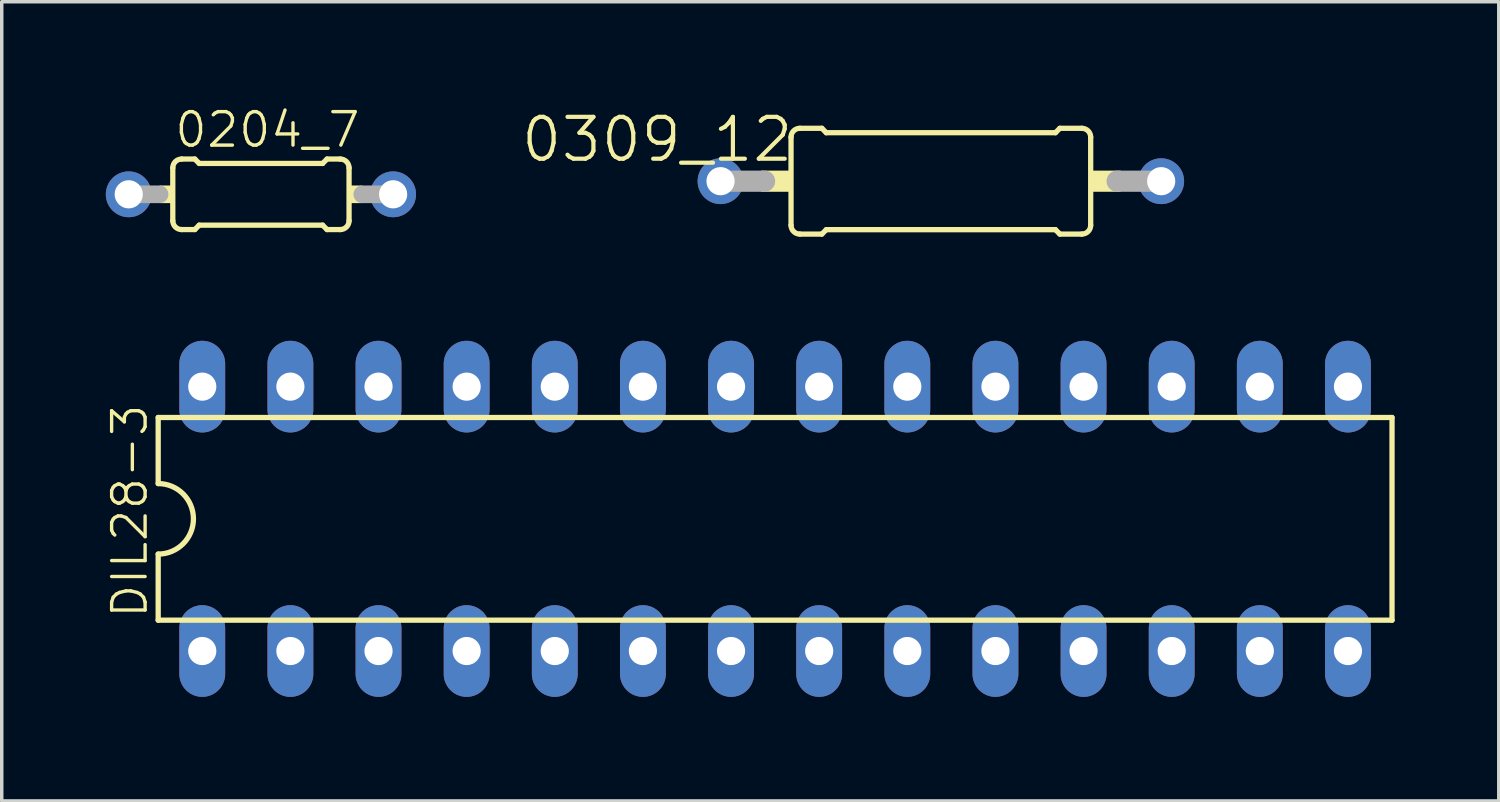
<source format=kicad_pcb>
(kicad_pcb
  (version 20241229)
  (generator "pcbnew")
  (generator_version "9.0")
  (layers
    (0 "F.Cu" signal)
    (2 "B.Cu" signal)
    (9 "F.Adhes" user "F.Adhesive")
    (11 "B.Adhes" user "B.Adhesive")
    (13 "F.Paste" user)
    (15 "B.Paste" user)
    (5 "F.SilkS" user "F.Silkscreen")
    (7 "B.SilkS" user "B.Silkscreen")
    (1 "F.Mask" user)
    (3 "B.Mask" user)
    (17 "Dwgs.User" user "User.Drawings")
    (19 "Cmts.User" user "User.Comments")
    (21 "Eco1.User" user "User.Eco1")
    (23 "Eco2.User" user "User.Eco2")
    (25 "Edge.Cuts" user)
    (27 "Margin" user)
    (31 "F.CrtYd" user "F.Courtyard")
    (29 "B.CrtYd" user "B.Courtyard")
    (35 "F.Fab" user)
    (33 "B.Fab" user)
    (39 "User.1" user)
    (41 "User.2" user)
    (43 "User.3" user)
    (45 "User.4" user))
  (footprint "DIL28-3"
    (layer "F.Cu")
    (at 19.289 11.903)
    (property "Reference" "DIL28-3" (at -18.034 2.921 90) (layer "F.SilkS") (effects (font (size 0.965 0.965) (thickness 0.097)) (justify left bottom)))
    (attr through_hole)
    (fp_line (start -17.78 -2.921) (end -17.78 -1.016) (stroke (width 0.152) (type solid)) (layer "F.SilkS"))
    (fp_line (start -17.78 2.921) (end -17.78 1.016) (stroke (width 0.152) (type solid)) (layer "F.SilkS"))
    (fp_line (start -17.78 2.921) (end 17.78 2.921) (stroke (width 0.152) (type solid)) (layer "F.SilkS"))
    (fp_line (start 17.78 -2.921) (end -17.78 -2.921) (stroke (width 0.152) (type solid)) (layer "F.SilkS"))
    (fp_line (start 17.78 -2.921) (end 17.78 2.921) (stroke (width 0.152) (type solid)) (layer "F.SilkS"))
    (fp_arc (start -17.78 -1.016) (mid -16.764 0) (end -17.78 1.016) (stroke (width 0.1524) (type solid)) (layer "F.SilkS"))
    (pad "1" thru_hole oval (at -16.51 3.81 90) (size 2.642 1.321) (drill 0.813) (layers "*.Cu" "*.Mask"))
    (pad "2" thru_hole oval (at -13.97 3.81 90) (size 2.642 1.321) (drill 0.813) (layers "*.Cu" "*.Mask"))
    (pad "3" thru_hole oval (at -11.43 3.81 90) (size 2.642 1.321) (drill 0.813) (layers "*.Cu" "*.Mask"))
    (pad "4" thru_hole oval (at -8.89 3.81 90) (size 2.642 1.321) (drill 0.813) (layers "*.Cu" "*.Mask"))
    (pad "5" thru_hole oval (at -6.35 3.81 90) (size 2.642 1.321) (drill 0.813) (layers "*.Cu" "*.Mask"))
    (pad "6" thru_hole oval (at -3.81 3.81 90) (size 2.642 1.321) (drill 0.813) (layers "*.Cu" "*.Mask"))
    (pad "7" thru_hole oval (at -1.27 3.81 90) (size 2.642 1.321) (drill 0.813) (layers "*.Cu" "*.Mask"))
    (pad "8" thru_hole oval (at 1.27 3.81 90) (size 2.642 1.321) (drill 0.813) (layers "*.Cu" "*.Mask"))
    (pad "9" thru_hole oval (at 3.81 3.81 90) (size 2.642 1.321) (drill 0.813) (layers "*.Cu" "*.Mask"))
    (pad "10" thru_hole oval (at 6.35 3.81 90) (size 2.642 1.321) (drill 0.813) (layers "*.Cu" "*.Mask"))
    (pad "11" thru_hole oval (at 8.89 3.81 90) (size 2.642 1.321) (drill 0.813) (layers "*.Cu" "*.Mask"))
    (pad "12" thru_hole oval (at 11.43 3.81 90) (size 2.642 1.321) (drill 0.813) (layers "*.Cu" "*.Mask"))
    (pad "13" thru_hole oval (at 13.97 3.81 90) (size 2.642 1.321) (drill 0.813) (layers "*.Cu" "*.Mask"))
    (pad "14" thru_hole oval (at 16.51 3.81 90) (size 2.642 1.321) (drill 0.813) (layers "*.Cu" "*.Mask"))
    (pad "15" thru_hole oval (at 16.51 -3.81 90) (size 2.642 1.321) (drill 0.813) (layers "*.Cu" "*.Mask"))
    (pad "16" thru_hole oval (at 13.97 -3.81 90) (size 2.642 1.321) (drill 0.813) (layers "*.Cu" "*.Mask"))
    (pad "17" thru_hole oval (at 11.43 -3.81 90) (size 2.642 1.321) (drill 0.813) (layers "*.Cu" "*.Mask"))
    (pad "18" thru_hole oval (at 8.89 -3.81 90) (size 2.642 1.321) (drill 0.813) (layers "*.Cu" "*.Mask"))
    (pad "19" thru_hole oval (at 6.35 -3.81 90) (size 2.642 1.321) (drill 0.813) (layers "*.Cu" "*.Mask"))
    (pad "20" thru_hole oval (at 3.81 -3.81 90) (size 2.642 1.321) (drill 0.813) (layers "*.Cu" "*.Mask"))
    (pad "21" thru_hole oval (at 1.27 -3.81 90) (size 2.642 1.321) (drill 0.813) (layers "*.Cu" "*.Mask"))
    (pad "22" thru_hole oval (at -1.27 -3.81 90) (size 2.642 1.321) (drill 0.813) (layers "*.Cu" "*.Mask"))
    (pad "23" thru_hole oval (at -3.81 -3.81 90) (size 2.642 1.321) (drill 0.813) (layers "*.Cu" "*.Mask"))
    (pad "24" thru_hole oval (at -6.35 -3.81 90) (size 2.642 1.321) (drill 0.813) (layers "*.Cu" "*.Mask"))
    (pad "25" thru_hole oval (at -8.89 -3.81 90) (size 2.642 1.321) (drill 0.813) (layers "*.Cu" "*.Mask"))
    (pad "26" thru_hole oval (at -11.43 -3.81 90) (size 2.642 1.321) (drill 0.813) (layers "*.Cu" "*.Mask"))
    (pad "27" thru_hole oval (at -13.97 -3.81 90) (size 2.642 1.321) (drill 0.813) (layers "*.Cu" "*.Mask"))
    (pad "28" thru_hole oval (at -16.51 -3.81 90) (size 2.642 1.321) (drill 0.813) (layers "*.Cu" "*.Mask")))
  (footprint "0204_7"
    (layer "F.Cu")
    (at 4.47 2.55)
    (property "Reference" "0204_7" (at -2.54 -1.295 0) (layer "F.SilkS") (effects (font (size 0.965 0.965) (thickness 0.097)) (justify left bottom)))
    (attr through_hole)
    (fp_line (start -2.54 0.762) (end -2.54 -0.762) (stroke (width 0.152) (type solid)) (layer "F.SilkS"))
    (fp_line (start -2.286 -1.016) (end -1.905 -1.016) (stroke (width 0.152) (type solid)) (layer "F.SilkS"))
    (fp_line (start -2.286 1.016) (end -1.905 1.016) (stroke (width 0.152) (type solid)) (layer "F.SilkS"))
    (fp_line (start -1.778 -0.889) (end -1.905 -1.016) (stroke (width 0.152) (type solid)) (layer "F.SilkS"))
    (fp_line (start -1.778 0.889) (end -1.905 1.016) (stroke (width 0.152) (type solid)) (layer "F.SilkS"))
    (fp_line (start 1.778 -0.889) (end -1.778 -0.889) (stroke (width 0.152) (type solid)) (layer "F.SilkS"))
    (fp_line (start 1.778 -0.889) (end 1.905 -1.016) (stroke (width 0.152) (type solid)) (layer "F.SilkS"))
    (fp_line (start 1.778 0.889) (end -1.778 0.889) (stroke (width 0.152) (type solid)) (layer "F.SilkS"))
    (fp_line (start 1.778 0.889) (end 1.905 1.016) (stroke (width 0.152) (type solid)) (layer "F.SilkS"))
    (fp_line (start 2.286 -1.016) (end 1.905 -1.016) (stroke (width 0.152) (type solid)) (layer "F.SilkS"))
    (fp_line (start 2.286 1.016) (end 1.905 1.016) (stroke (width 0.152) (type solid)) (layer "F.SilkS"))
    (fp_line (start 2.54 0.762) (end 2.54 -0.762) (stroke (width 0.152) (type solid)) (layer "F.SilkS"))
    (fp_arc (start -2.54 -0.762) (mid -2.465605 -0.941605) (end -2.286 -1.016) (stroke (width 0.1524) (type solid)) (layer "F.SilkS"))
    (fp_arc (start -2.286 1.016) (mid -2.465605 0.941605) (end -2.54 0.762) (stroke (width 0.1524) (type solid)) (layer "F.SilkS"))
    (fp_arc (start 2.286 -1.016) (mid 2.465605 -0.941605) (end 2.54 -0.762) (stroke (width 0.1524) (type solid)) (layer "F.SilkS"))
    (fp_arc (start 2.54 0.762) (mid 2.465605 0.941605) (end 2.286 1.016) (stroke (width 0.1524) (type solid)) (layer "F.SilkS"))
    (fp_poly (pts (xy -2.921 0.254) (xy -2.54 0.254) (xy -2.54 -0.254) (xy -2.921 -0.254)) (stroke (width 0) (type solid)) (fill yes) (layer "F.SilkS"))
    (fp_poly (pts (xy 2.54 0.254) (xy 2.921 0.254) (xy 2.921 -0.254) (xy 2.54 -0.254)) (stroke (width 0) (type solid)) (fill yes) (layer "F.SilkS"))
    (fp_line (start -3.81 0) (end -2.921 0) (stroke (width 0.508) (type solid)) (layer "F.Fab"))
    (fp_line (start 3.81 0) (end 2.921 0) (stroke (width 0.508) (type solid)) (layer "F.Fab"))
    (pad "1" thru_hole circle (at -3.81 0) (size 1.321 1.321) (drill 0.813) (layers "*.Cu" "*.Mask"))
    (pad "2" thru_hole circle (at 3.81 0) (size 1.321 1.321) (drill 0.813) (layers "*.Cu" "*.Mask")))
  (footprint "0309_12"
    (layer "F.Cu")
    (at 24.066 2.172)
    (property "Reference" "0309_12" (at -4.191 -1.905 180) (layer "F.SilkS") (effects (font (size 1.206 1.206) (thickness 0.121)) (justify right top)))
    (attr through_hole)
    (fp_line (start -4.318 1.27) (end -4.318 -1.27) (stroke (width 0.152) (type solid)) (layer "F.SilkS"))
    (fp_line (start -4.064 -1.524) (end -3.429 -1.524) (stroke (width 0.152) (type solid)) (layer "F.SilkS"))
    (fp_line (start -4.064 1.524) (end -3.429 1.524) (stroke (width 0.152) (type solid)) (layer "F.SilkS"))
    (fp_line (start -3.302 -1.397) (end -3.429 -1.524) (stroke (width 0.152) (type solid)) (layer "F.SilkS"))
    (fp_line (start -3.302 1.397) (end -3.429 1.524) (stroke (width 0.152) (type solid)) (layer "F.SilkS"))
    (fp_line (start 3.302 -1.397) (end -3.302 -1.397) (stroke (width 0.152) (type solid)) (layer "F.SilkS"))
    (fp_line (start 3.302 -1.397) (end 3.429 -1.524) (stroke (width 0.152) (type solid)) (layer "F.SilkS"))
    (fp_line (start 3.302 1.397) (end -3.302 1.397) (stroke (width 0.152) (type solid)) (layer "F.SilkS"))
    (fp_line (start 3.302 1.397) (end 3.429 1.524) (stroke (width 0.152) (type solid)) (layer "F.SilkS"))
    (fp_line (start 4.064 -1.524) (end 3.429 -1.524) (stroke (width 0.152) (type solid)) (layer "F.SilkS"))
    (fp_line (start 4.064 1.524) (end 3.429 1.524) (stroke (width 0.152) (type solid)) (layer "F.SilkS"))
    (fp_line (start 4.318 1.27) (end 4.318 -1.27) (stroke (width 0.152) (type solid)) (layer "F.SilkS"))
    (fp_arc (start -4.318 -1.27) (mid -4.243605 -1.449605) (end -4.064 -1.524) (stroke (width 0.1524) (type solid)) (layer "F.SilkS"))
    (fp_arc (start -4.064 1.524) (mid -4.243605 1.449605) (end -4.318 1.27) (stroke (width 0.1524) (type solid)) (layer "F.SilkS"))
    (fp_arc (start 4.064 -1.524) (mid 4.243605 -1.449605) (end 4.318 -1.27) (stroke (width 0.1524) (type solid)) (layer "F.SilkS"))
    (fp_arc (start 4.318 1.27) (mid 4.243605 1.449605) (end 4.064 1.524) (stroke (width 0.1524) (type solid)) (layer "F.SilkS"))
    (fp_poly (pts (xy -5.182 0.305) (xy -4.318 0.305) (xy -4.318 -0.305) (xy -5.182 -0.305)) (stroke (width 0) (type solid)) (fill yes) (layer "F.SilkS"))
    (fp_poly (pts (xy 4.318 0.305) (xy 5.182 0.305) (xy 5.182 -0.305) (xy 4.318 -0.305)) (stroke (width 0) (type solid)) (fill yes) (layer "F.SilkS"))
    (fp_line (start -6.35 0) (end -5.08 0) (stroke (width 0.61) (type solid)) (layer "F.Fab"))
    (fp_line (start 6.35 0) (end 5.08 0) (stroke (width 0.61) (type solid)) (layer "F.Fab"))
    (pad "1" thru_hole circle (at -6.35 0) (size 1.321 1.321) (drill 0.813) (layers "*.Cu" "*.Mask"))
    (pad "2" thru_hole circle (at 6.35 0) (size 1.321 1.321) (drill 0.813) (layers "*.Cu" "*.Mask")))
  (gr_rect
    (start -3 -3)
    (end 40.145 20.033)
    (stroke (width 0.1) (type default))
    (fill no)
    (layer "Edge.Cuts")))
</source>
